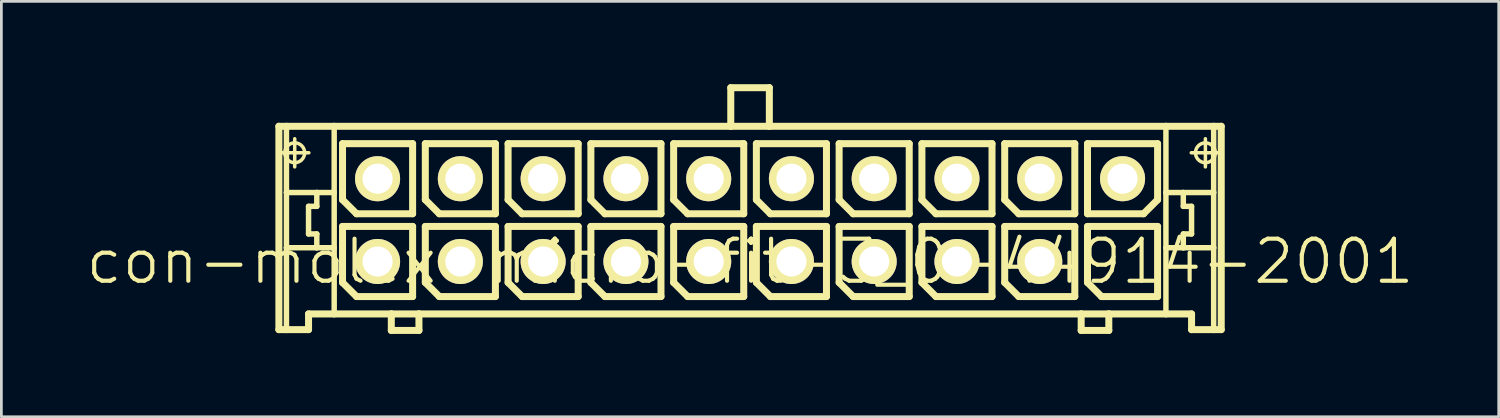
<source format=kicad_pcb>
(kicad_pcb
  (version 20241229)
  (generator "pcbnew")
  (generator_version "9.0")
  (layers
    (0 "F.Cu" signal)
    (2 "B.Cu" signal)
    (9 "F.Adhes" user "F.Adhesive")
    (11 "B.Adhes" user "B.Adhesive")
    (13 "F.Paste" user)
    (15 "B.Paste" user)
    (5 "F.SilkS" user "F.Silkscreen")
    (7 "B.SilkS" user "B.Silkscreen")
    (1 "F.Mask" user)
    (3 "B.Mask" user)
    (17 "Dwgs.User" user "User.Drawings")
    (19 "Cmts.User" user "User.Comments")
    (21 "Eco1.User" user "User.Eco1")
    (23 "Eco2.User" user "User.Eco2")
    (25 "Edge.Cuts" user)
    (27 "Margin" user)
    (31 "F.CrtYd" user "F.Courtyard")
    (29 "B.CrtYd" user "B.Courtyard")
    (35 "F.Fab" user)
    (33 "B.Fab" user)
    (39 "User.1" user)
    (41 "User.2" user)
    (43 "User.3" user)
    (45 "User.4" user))
  (footprint "con-molex-micro-fit-3_0-44914-2001"
    (layer "F.Cu")
    (at 24.13 6.426)
    (property "Reference" "con-molex-micro-fit-3_0-44914-2001" (at 0 0 0) (layer "F.SilkS") (effects (font (size 1.524 1.524) (thickness 0.15))))
    (attr exclude_from_pos_files exclude_from_bom)
    (fp_line (start -17.074 -4.9) (end -16.8 -4.9) (stroke (width 0.254) (type solid)) (layer "F.SilkS"))
    (fp_line (start -17.074 2.469) (end -17.074 -4.9) (stroke (width 0.254) (type solid)) (layer "F.SilkS"))
    (fp_line (start -17.008 -3.94) (end -15.989 -3.94) (stroke (width 0.127) (type solid)) (layer "F.SilkS"))
    (fp_line (start -16.8 -4.9) (end -15.07 -4.9) (stroke (width 0.254) (type solid)) (layer "F.SilkS"))
    (fp_line (start -16.8 -2.499) (end -16.8 -4.9) (stroke (width 0.198) (type solid)) (layer "F.SilkS"))
    (fp_line (start -16.8 -0.498) (end -16.8 -2.499) (stroke (width 0.198) (type solid)) (layer "F.SilkS"))
    (fp_line (start -16.8 2.469) (end -17.074 2.469) (stroke (width 0.254) (type solid)) (layer "F.SilkS"))
    (fp_line (start -16.8 2.469) (end -16.8 -0.498) (stroke (width 0.198) (type solid)) (layer "F.SilkS"))
    (fp_line (start -16.5 -3.429) (end -16.5 -4.448) (stroke (width 0.127) (type solid)) (layer "F.SilkS"))
    (fp_line (start -15.999 -1.999) (end -15.999 -0.998) (stroke (width 0.198) (type solid)) (layer "F.SilkS"))
    (fp_line (start -15.999 -0.998) (end -15.7 -0.998) (stroke (width 0.198) (type solid)) (layer "F.SilkS"))
    (fp_line (start -15.999 1.9) (end -15.999 2.469) (stroke (width 0.254) (type solid)) (layer "F.SilkS"))
    (fp_line (start -15.999 2.469) (end -16.8 2.469) (stroke (width 0.254) (type solid)) (layer "F.SilkS"))
    (fp_line (start -15.7 -2.499) (end -16.8 -2.499) (stroke (width 0.198) (type solid)) (layer "F.SilkS"))
    (fp_line (start -15.7 -2.499) (end -15.7 -1.999) (stroke (width 0.198) (type solid)) (layer "F.SilkS"))
    (fp_line (start -15.7 -1.999) (end -15.999 -1.999) (stroke (width 0.198) (type solid)) (layer "F.SilkS"))
    (fp_line (start -15.7 -0.998) (end -15.7 -0.498) (stroke (width 0.198) (type solid)) (layer "F.SilkS"))
    (fp_line (start -15.7 -0.498) (end -16.8 -0.498) (stroke (width 0.198) (type solid)) (layer "F.SilkS"))
    (fp_line (start -15.07 -4.9) (end -0.699 -4.9) (stroke (width 0.254) (type solid)) (layer "F.SilkS"))
    (fp_line (start -15.07 -2.499) (end -15.7 -2.499) (stroke (width 0.198) (type solid)) (layer "F.SilkS"))
    (fp_line (start -15.07 -2.499) (end -15.07 -4.9) (stroke (width 0.198) (type solid)) (layer "F.SilkS"))
    (fp_line (start -15.07 -0.498) (end -15.7 -0.498) (stroke (width 0.198) (type solid)) (layer "F.SilkS"))
    (fp_line (start -15.07 -0.498) (end -15.07 -2.499) (stroke (width 0.198) (type solid)) (layer "F.SilkS"))
    (fp_line (start -15.07 1.9) (end -15.999 1.9) (stroke (width 0.254) (type solid)) (layer "F.SilkS"))
    (fp_line (start -15.07 1.9) (end -15.07 -0.498) (stroke (width 0.198) (type solid)) (layer "F.SilkS"))
    (fp_line (start -14.768 -4.27) (end -12.228 -4.27) (stroke (width 0.254) (type solid)) (layer "F.SilkS"))
    (fp_line (start -14.768 -2.238) (end -14.768 -4.27) (stroke (width 0.254) (type solid)) (layer "F.SilkS"))
    (fp_line (start -14.768 -1.27) (end -12.228 -1.27) (stroke (width 0.254) (type solid)) (layer "F.SilkS"))
    (fp_line (start -14.768 0.762) (end -14.768 -1.27) (stroke (width 0.254) (type solid)) (layer "F.SilkS"))
    (fp_line (start -14.26 -1.73) (end -14.768 -2.238) (stroke (width 0.254) (type solid)) (layer "F.SilkS"))
    (fp_line (start -14.26 1.27) (end -14.768 0.762) (stroke (width 0.254) (type solid)) (layer "F.SilkS"))
    (fp_line (start -13 1.9) (end -15.07 1.9) (stroke (width 0.254) (type solid)) (layer "F.SilkS"))
    (fp_line (start -13 1.9) (end -13 2.499) (stroke (width 0.254) (type solid)) (layer "F.SilkS"))
    (fp_line (start -13 2.499) (end -11.999 2.499) (stroke (width 0.254) (type solid)) (layer "F.SilkS"))
    (fp_line (start -12.228 -4.27) (end -12.228 -1.73) (stroke (width 0.254) (type solid)) (layer "F.SilkS"))
    (fp_line (start -12.228 -1.73) (end -14.26 -1.73) (stroke (width 0.254) (type solid)) (layer "F.SilkS"))
    (fp_line (start -12.228 -1.27) (end -12.228 1.27) (stroke (width 0.254) (type solid)) (layer "F.SilkS"))
    (fp_line (start -12.228 1.27) (end -14.26 1.27) (stroke (width 0.254) (type solid)) (layer "F.SilkS"))
    (fp_line (start -11.999 1.9) (end -13 1.9) (stroke (width 0.254) (type solid)) (layer "F.SilkS"))
    (fp_line (start -11.999 2.499) (end -11.999 1.9) (stroke (width 0.254) (type solid)) (layer "F.SilkS"))
    (fp_line (start -11.768 -4.27) (end -9.228 -4.27) (stroke (width 0.254) (type solid)) (layer "F.SilkS"))
    (fp_line (start -11.768 -2.238) (end -11.768 -4.27) (stroke (width 0.254) (type solid)) (layer "F.SilkS"))
    (fp_line (start -11.768 -1.27) (end -9.228 -1.27) (stroke (width 0.254) (type solid)) (layer "F.SilkS"))
    (fp_line (start -11.768 0.762) (end -11.768 -1.27) (stroke (width 0.254) (type solid)) (layer "F.SilkS"))
    (fp_line (start -11.26 -1.73) (end -11.768 -2.238) (stroke (width 0.254) (type solid)) (layer "F.SilkS"))
    (fp_line (start -11.26 1.27) (end -11.768 0.762) (stroke (width 0.254) (type solid)) (layer "F.SilkS"))
    (fp_line (start -9.228 -4.27) (end -9.228 -1.73) (stroke (width 0.254) (type solid)) (layer "F.SilkS"))
    (fp_line (start -9.228 -1.73) (end -11.26 -1.73) (stroke (width 0.254) (type solid)) (layer "F.SilkS"))
    (fp_line (start -9.228 -1.27) (end -9.228 1.27) (stroke (width 0.254) (type solid)) (layer "F.SilkS"))
    (fp_line (start -9.228 1.27) (end -11.26 1.27) (stroke (width 0.254) (type solid)) (layer "F.SilkS"))
    (fp_line (start -8.768 -4.27) (end -6.228 -4.27) (stroke (width 0.254) (type solid)) (layer "F.SilkS"))
    (fp_line (start -8.768 -2.238) (end -8.768 -4.27) (stroke (width 0.254) (type solid)) (layer "F.SilkS"))
    (fp_line (start -8.768 -1.27) (end -6.228 -1.27) (stroke (width 0.254) (type solid)) (layer "F.SilkS"))
    (fp_line (start -8.768 0.762) (end -8.768 -1.27) (stroke (width 0.254) (type solid)) (layer "F.SilkS"))
    (fp_line (start -8.26 -1.73) (end -8.768 -2.238) (stroke (width 0.254) (type solid)) (layer "F.SilkS"))
    (fp_line (start -8.26 1.27) (end -8.768 0.762) (stroke (width 0.254) (type solid)) (layer "F.SilkS"))
    (fp_line (start -6.228 -4.27) (end -6.228 -1.73) (stroke (width 0.254) (type solid)) (layer "F.SilkS"))
    (fp_line (start -6.228 -1.73) (end -8.26 -1.73) (stroke (width 0.254) (type solid)) (layer "F.SilkS"))
    (fp_line (start -6.228 -1.27) (end -6.228 1.27) (stroke (width 0.254) (type solid)) (layer "F.SilkS"))
    (fp_line (start -6.228 1.27) (end -8.26 1.27) (stroke (width 0.254) (type solid)) (layer "F.SilkS"))
    (fp_line (start -5.768 -4.27) (end -3.228 -4.27) (stroke (width 0.254) (type solid)) (layer "F.SilkS"))
    (fp_line (start -5.768 -2.238) (end -5.768 -4.27) (stroke (width 0.254) (type solid)) (layer "F.SilkS"))
    (fp_line (start -5.768 -1.27) (end -3.228 -1.27) (stroke (width 0.254) (type solid)) (layer "F.SilkS"))
    (fp_line (start -5.768 0.762) (end -5.768 -1.27) (stroke (width 0.254) (type solid)) (layer "F.SilkS"))
    (fp_line (start -5.26 -1.73) (end -5.768 -2.238) (stroke (width 0.254) (type solid)) (layer "F.SilkS"))
    (fp_line (start -5.26 1.27) (end -5.768 0.762) (stroke (width 0.254) (type solid)) (layer "F.SilkS"))
    (fp_line (start -3.228 -4.27) (end -3.228 -1.73) (stroke (width 0.254) (type solid)) (layer "F.SilkS"))
    (fp_line (start -3.228 -1.73) (end -5.26 -1.73) (stroke (width 0.254) (type solid)) (layer "F.SilkS"))
    (fp_line (start -3.228 -1.27) (end -3.228 1.27) (stroke (width 0.254) (type solid)) (layer "F.SilkS"))
    (fp_line (start -3.228 1.27) (end -5.26 1.27) (stroke (width 0.254) (type solid)) (layer "F.SilkS"))
    (fp_line (start -2.769 -4.27) (end -0.229 -4.27) (stroke (width 0.254) (type solid)) (layer "F.SilkS"))
    (fp_line (start -2.769 -2.238) (end -2.769 -4.27) (stroke (width 0.254) (type solid)) (layer "F.SilkS"))
    (fp_line (start -2.769 -1.27) (end -0.229 -1.27) (stroke (width 0.254) (type solid)) (layer "F.SilkS"))
    (fp_line (start -2.769 0.762) (end -2.769 -1.27) (stroke (width 0.254) (type solid)) (layer "F.SilkS"))
    (fp_line (start -2.261 -1.73) (end -2.769 -2.238) (stroke (width 0.254) (type solid)) (layer "F.SilkS"))
    (fp_line (start -2.261 1.27) (end -2.769 0.762) (stroke (width 0.254) (type solid)) (layer "F.SilkS"))
    (fp_line (start -0.699 -6.299) (end -0.699 -4.9) (stroke (width 0.254) (type solid)) (layer "F.SilkS"))
    (fp_line (start -0.699 -6.299) (end 0.699 -6.299) (stroke (width 0.254) (type solid)) (layer "F.SilkS"))
    (fp_line (start -0.699 -4.9) (end 0.699 -4.9) (stroke (width 0.254) (type solid)) (layer "F.SilkS"))
    (fp_line (start -0.229 -4.27) (end -0.229 -1.73) (stroke (width 0.254) (type solid)) (layer "F.SilkS"))
    (fp_line (start -0.229 -1.73) (end -2.261 -1.73) (stroke (width 0.254) (type solid)) (layer "F.SilkS"))
    (fp_line (start -0.229 -1.27) (end -0.229 1.27) (stroke (width 0.254) (type solid)) (layer "F.SilkS"))
    (fp_line (start -0.229 1.27) (end -2.261 1.27) (stroke (width 0.254) (type solid)) (layer "F.SilkS"))
    (fp_line (start 0.229 -4.27) (end 2.769 -4.27) (stroke (width 0.254) (type solid)) (layer "F.SilkS"))
    (fp_line (start 0.229 -2.238) (end 0.229 -4.27) (stroke (width 0.254) (type solid)) (layer "F.SilkS"))
    (fp_line (start 0.229 -1.27) (end 2.769 -1.27) (stroke (width 0.254) (type solid)) (layer "F.SilkS"))
    (fp_line (start 0.229 0.762) (end 0.229 -1.27) (stroke (width 0.254) (type solid)) (layer "F.SilkS"))
    (fp_line (start 0.699 -6.299) (end 0.699 -4.9) (stroke (width 0.254) (type solid)) (layer "F.SilkS"))
    (fp_line (start 0.699 -4.9) (end 15.07 -4.9) (stroke (width 0.254) (type solid)) (layer "F.SilkS"))
    (fp_line (start 0.737 -1.73) (end 0.229 -2.238) (stroke (width 0.254) (type solid)) (layer "F.SilkS"))
    (fp_line (start 0.737 1.27) (end 0.229 0.762) (stroke (width 0.254) (type solid)) (layer "F.SilkS"))
    (fp_line (start 2.769 -4.27) (end 2.769 -1.73) (stroke (width 0.254) (type solid)) (layer "F.SilkS"))
    (fp_line (start 2.769 -1.73) (end 0.737 -1.73) (stroke (width 0.254) (type solid)) (layer "F.SilkS"))
    (fp_line (start 2.769 -1.27) (end 2.769 1.27) (stroke (width 0.254) (type solid)) (layer "F.SilkS"))
    (fp_line (start 2.769 1.27) (end 0.737 1.27) (stroke (width 0.254) (type solid)) (layer "F.SilkS"))
    (fp_line (start 3.228 -4.27) (end 5.768 -4.27) (stroke (width 0.254) (type solid)) (layer "F.SilkS"))
    (fp_line (start 3.228 -2.238) (end 3.228 -4.27) (stroke (width 0.254) (type solid)) (layer "F.SilkS"))
    (fp_line (start 3.228 -1.27) (end 5.768 -1.27) (stroke (width 0.254) (type solid)) (layer "F.SilkS"))
    (fp_line (start 3.228 0.762) (end 3.228 -1.27) (stroke (width 0.254) (type solid)) (layer "F.SilkS"))
    (fp_line (start 3.736 -1.73) (end 3.228 -2.238) (stroke (width 0.254) (type solid)) (layer "F.SilkS"))
    (fp_line (start 3.736 1.27) (end 3.228 0.762) (stroke (width 0.254) (type solid)) (layer "F.SilkS"))
    (fp_line (start 5.768 -4.27) (end 5.768 -1.73) (stroke (width 0.254) (type solid)) (layer "F.SilkS"))
    (fp_line (start 5.768 -1.73) (end 3.736 -1.73) (stroke (width 0.254) (type solid)) (layer "F.SilkS"))
    (fp_line (start 5.768 -1.27) (end 5.768 1.27) (stroke (width 0.254) (type solid)) (layer "F.SilkS"))
    (fp_line (start 5.768 1.27) (end 3.736 1.27) (stroke (width 0.254) (type solid)) (layer "F.SilkS"))
    (fp_line (start 6.228 -4.27) (end 8.768 -4.27) (stroke (width 0.254) (type solid)) (layer "F.SilkS"))
    (fp_line (start 6.228 -2.238) (end 6.228 -4.27) (stroke (width 0.254) (type solid)) (layer "F.SilkS"))
    (fp_line (start 6.228 -1.27) (end 8.768 -1.27) (stroke (width 0.254) (type solid)) (layer "F.SilkS"))
    (fp_line (start 6.228 0.762) (end 6.228 -1.27) (stroke (width 0.254) (type solid)) (layer "F.SilkS"))
    (fp_line (start 6.736 -1.73) (end 6.228 -2.238) (stroke (width 0.254) (type solid)) (layer "F.SilkS"))
    (fp_line (start 6.736 1.27) (end 6.228 0.762) (stroke (width 0.254) (type solid)) (layer "F.SilkS"))
    (fp_line (start 8.768 -4.27) (end 8.768 -1.73) (stroke (width 0.254) (type solid)) (layer "F.SilkS"))
    (fp_line (start 8.768 -1.73) (end 6.736 -1.73) (stroke (width 0.254) (type solid)) (layer "F.SilkS"))
    (fp_line (start 8.768 -1.27) (end 8.768 1.27) (stroke (width 0.254) (type solid)) (layer "F.SilkS"))
    (fp_line (start 8.768 1.27) (end 6.736 1.27) (stroke (width 0.254) (type solid)) (layer "F.SilkS"))
    (fp_line (start 9.228 -4.27) (end 11.768 -4.27) (stroke (width 0.254) (type solid)) (layer "F.SilkS"))
    (fp_line (start 9.228 -2.238) (end 9.228 -4.27) (stroke (width 0.254) (type solid)) (layer "F.SilkS"))
    (fp_line (start 9.228 -1.27) (end 11.768 -1.27) (stroke (width 0.254) (type solid)) (layer "F.SilkS"))
    (fp_line (start 9.228 0.762) (end 9.228 -1.27) (stroke (width 0.254) (type solid)) (layer "F.SilkS"))
    (fp_line (start 9.736 -1.73) (end 9.228 -2.238) (stroke (width 0.254) (type solid)) (layer "F.SilkS"))
    (fp_line (start 9.736 1.27) (end 9.228 0.762) (stroke (width 0.254) (type solid)) (layer "F.SilkS"))
    (fp_line (start 11.768 -4.27) (end 11.768 -1.73) (stroke (width 0.254) (type solid)) (layer "F.SilkS"))
    (fp_line (start 11.768 -1.73) (end 9.736 -1.73) (stroke (width 0.254) (type solid)) (layer "F.SilkS"))
    (fp_line (start 11.768 -1.27) (end 11.768 1.27) (stroke (width 0.254) (type solid)) (layer "F.SilkS"))
    (fp_line (start 11.768 1.27) (end 9.736 1.27) (stroke (width 0.254) (type solid)) (layer "F.SilkS"))
    (fp_line (start 11.999 1.9) (end -11.999 1.9) (stroke (width 0.254) (type solid)) (layer "F.SilkS"))
    (fp_line (start 11.999 1.9) (end 11.999 2.499) (stroke (width 0.254) (type solid)) (layer "F.SilkS"))
    (fp_line (start 11.999 2.499) (end 13 2.499) (stroke (width 0.254) (type solid)) (layer "F.SilkS"))
    (fp_line (start 12.228 -4.27) (end 12.228 -1.73) (stroke (width 0.254) (type solid)) (layer "F.SilkS"))
    (fp_line (start 12.228 -1.73) (end 14.26 -1.73) (stroke (width 0.254) (type solid)) (layer "F.SilkS"))
    (fp_line (start 12.228 -1.27) (end 14.768 -1.27) (stroke (width 0.254) (type solid)) (layer "F.SilkS"))
    (fp_line (start 12.228 0.762) (end 12.228 -1.27) (stroke (width 0.254) (type solid)) (layer "F.SilkS"))
    (fp_line (start 12.736 1.27) (end 12.228 0.762) (stroke (width 0.254) (type solid)) (layer "F.SilkS"))
    (fp_line (start 13 1.9) (end 11.999 1.9) (stroke (width 0.254) (type solid)) (layer "F.SilkS"))
    (fp_line (start 13 2.499) (end 13 1.9) (stroke (width 0.254) (type solid)) (layer "F.SilkS"))
    (fp_line (start 14.26 -1.73) (end 14.768 -2.238) (stroke (width 0.254) (type solid)) (layer "F.SilkS"))
    (fp_line (start 14.768 -4.27) (end 12.228 -4.27) (stroke (width 0.254) (type solid)) (layer "F.SilkS"))
    (fp_line (start 14.768 -2.238) (end 14.768 -4.27) (stroke (width 0.254) (type solid)) (layer "F.SilkS"))
    (fp_line (start 14.768 -1.27) (end 14.768 1.27) (stroke (width 0.254) (type solid)) (layer "F.SilkS"))
    (fp_line (start 14.768 1.27) (end 12.736 1.27) (stroke (width 0.254) (type solid)) (layer "F.SilkS"))
    (fp_line (start 15.07 -4.9) (end 15.07 -2.499) (stroke (width 0.198) (type solid)) (layer "F.SilkS"))
    (fp_line (start 15.07 -4.9) (end 16.8 -4.9) (stroke (width 0.254) (type solid)) (layer "F.SilkS"))
    (fp_line (start 15.07 -2.499) (end 15.07 -0.498) (stroke (width 0.198) (type solid)) (layer "F.SilkS"))
    (fp_line (start 15.07 -2.499) (end 15.7 -2.499) (stroke (width 0.198) (type solid)) (layer "F.SilkS"))
    (fp_line (start 15.07 -0.498) (end 15.07 1.9) (stroke (width 0.198) (type solid)) (layer "F.SilkS"))
    (fp_line (start 15.07 -0.498) (end 15.7 -0.498) (stroke (width 0.198) (type solid)) (layer "F.SilkS"))
    (fp_line (start 15.07 1.9) (end 13 1.9) (stroke (width 0.254) (type solid)) (layer "F.SilkS"))
    (fp_line (start 15.7 -2.499) (end 15.7 -1.999) (stroke (width 0.198) (type solid)) (layer "F.SilkS"))
    (fp_line (start 15.7 -2.499) (end 16.8 -2.499) (stroke (width 0.198) (type solid)) (layer "F.SilkS"))
    (fp_line (start 15.7 -1.999) (end 15.999 -1.999) (stroke (width 0.198) (type solid)) (layer "F.SilkS"))
    (fp_line (start 15.7 -0.998) (end 15.7 -0.498) (stroke (width 0.198) (type solid)) (layer "F.SilkS"))
    (fp_line (start 15.7 -0.498) (end 16.8 -0.498) (stroke (width 0.198) (type solid)) (layer "F.SilkS"))
    (fp_line (start 15.989 -3.94) (end 17.008 -3.94) (stroke (width 0.127) (type solid)) (layer "F.SilkS"))
    (fp_line (start 15.999 -1.999) (end 15.999 -0.998) (stroke (width 0.198) (type solid)) (layer "F.SilkS"))
    (fp_line (start 15.999 -0.998) (end 15.7 -0.998) (stroke (width 0.198) (type solid)) (layer "F.SilkS"))
    (fp_line (start 15.999 1.9) (end 15.07 1.9) (stroke (width 0.254) (type solid)) (layer "F.SilkS"))
    (fp_line (start 15.999 2.469) (end 15.999 1.9) (stroke (width 0.254) (type solid)) (layer "F.SilkS"))
    (fp_line (start 15.999 2.469) (end 16.8 2.469) (stroke (width 0.254) (type solid)) (layer "F.SilkS"))
    (fp_line (start 16.5 -3.429) (end 16.5 -4.448) (stroke (width 0.127) (type solid)) (layer "F.SilkS"))
    (fp_line (start 16.8 -4.9) (end 17.074 -4.9) (stroke (width 0.254) (type solid)) (layer "F.SilkS"))
    (fp_line (start 16.8 -2.499) (end 16.8 -4.9) (stroke (width 0.198) (type solid)) (layer "F.SilkS"))
    (fp_line (start 16.8 -0.498) (end 16.8 -2.499) (stroke (width 0.198) (type solid)) (layer "F.SilkS"))
    (fp_line (start 16.8 2.469) (end 16.8 -0.498) (stroke (width 0.198) (type solid)) (layer "F.SilkS"))
    (fp_line (start 16.8 2.469) (end 17.074 2.469) (stroke (width 0.254) (type solid)) (layer "F.SilkS"))
    (fp_line (start 17.074 -4.9) (end 17.074 2.469) (stroke (width 0.254) (type solid)) (layer "F.SilkS"))
    (fp_circle (center -16.5 -3.94) (end -16.754 -4.194) (stroke (width 0.127) (type solid)) (fill no) (layer "F.SilkS"))
    (fp_circle (center 16.5 -3.94) (end 16.754 -4.194) (stroke (width 0.127) (type solid)) (fill no) (layer "F.SilkS"))
    (pad "P$1" thru_hole rect (at 13.498 0) (size 0.001 0.001) (drill 1.09) (layers "*.Cu" "F.Mask" "F.SilkS" "F.Paste"))
    (pad "P$2" thru_hole circle (at 10.498 0) (size 1.633 1.633) (drill 1.09) (layers "*.Cu" "F.Mask" "F.SilkS" "F.Paste"))
    (pad "P$3" thru_hole circle (at 7.498 0) (size 1.633 1.633) (drill 1.09) (layers "*.Cu" "F.Mask" "F.SilkS" "F.Paste"))
    (pad "P$4" thru_hole circle (at 4.498 0) (size 1.633 1.633) (drill 1.09) (layers "*.Cu" "F.Mask" "F.SilkS" "F.Paste"))
    (pad "P$5" thru_hole circle (at 1.499 0) (size 1.633 1.633) (drill 1.09) (layers "*.Cu" "F.Mask" "F.SilkS" "F.Paste"))
    (pad "P$6" thru_hole circle (at -1.499 0) (size 1.633 1.633) (drill 1.09) (layers "*.Cu" "F.Mask" "F.SilkS" "F.Paste"))
    (pad "P$7" thru_hole circle (at -4.498 0) (size 1.633 1.633) (drill 1.09) (layers "*.Cu" "F.Mask" "F.SilkS" "F.Paste"))
    (pad "P$8" thru_hole circle (at -7.498 0) (size 1.633 1.633) (drill 1.09) (layers "*.Cu" "F.Mask" "F.SilkS" "F.Paste"))
    (pad "P$9" thru_hole circle (at -10.498 0) (size 1.633 1.633) (drill 1.09) (layers "*.Cu" "F.Mask" "F.SilkS" "F.Paste"))
    (pad "P$10" thru_hole circle (at -13.498 0) (size 1.633 1.633) (drill 1.09) (layers "*.Cu" "F.Mask" "F.SilkS" "F.Paste"))
    (pad "P$11" thru_hole circle (at 13.498 -3) (size 1.633 1.633) (drill 1.09) (layers "*.Cu" "F.Mask" "F.SilkS" "F.Paste"))
    (pad "P$12" thru_hole circle (at 10.498 -3) (size 1.633 1.633) (drill 1.09) (layers "*.Cu" "F.Mask" "F.SilkS" "F.Paste"))
    (pad "P$13" thru_hole circle (at 7.498 -3) (size 1.633 1.633) (drill 1.09) (layers "*.Cu" "F.Mask" "F.SilkS" "F.Paste"))
    (pad "P$14" thru_hole circle (at 4.498 -3) (size 1.633 1.633) (drill 1.09) (layers "*.Cu" "F.Mask" "F.SilkS" "F.Paste"))
    (pad "P$15" thru_hole circle (at 1.499 -3) (size 1.633 1.633) (drill 1.09) (layers "*.Cu" "F.Mask" "F.SilkS" "F.Paste"))
    (pad "P$16" thru_hole circle (at -1.499 -3) (size 1.633 1.633) (drill 1.09) (layers "*.Cu" "F.Mask" "F.SilkS" "F.Paste"))
    (pad "P$17" thru_hole circle (at -4.498 -3) (size 1.633 1.633) (drill 1.09) (layers "*.Cu" "F.Mask" "F.SilkS" "F.Paste"))
    (pad "P$18" thru_hole circle (at -7.498 -3) (size 1.633 1.633) (drill 1.09) (layers "*.Cu" "F.Mask" "F.SilkS" "F.Paste"))
    (pad "P$19" thru_hole circle (at -10.498 -3) (size 1.633 1.633) (drill 1.09) (layers "*.Cu" "F.Mask" "F.SilkS" "F.Paste"))
    (pad "P$20" thru_hole circle (at -13.498 -3) (size 1.633 1.633) (drill 1.09) (layers "*.Cu" "F.Mask" "F.SilkS" "F.Paste")))
  (gr_rect
    (start -3 -3)
    (end 51.26 12.053)
    (stroke (width 0.1) (type default))
    (fill no)
    (layer "Edge.Cuts")))
</source>
